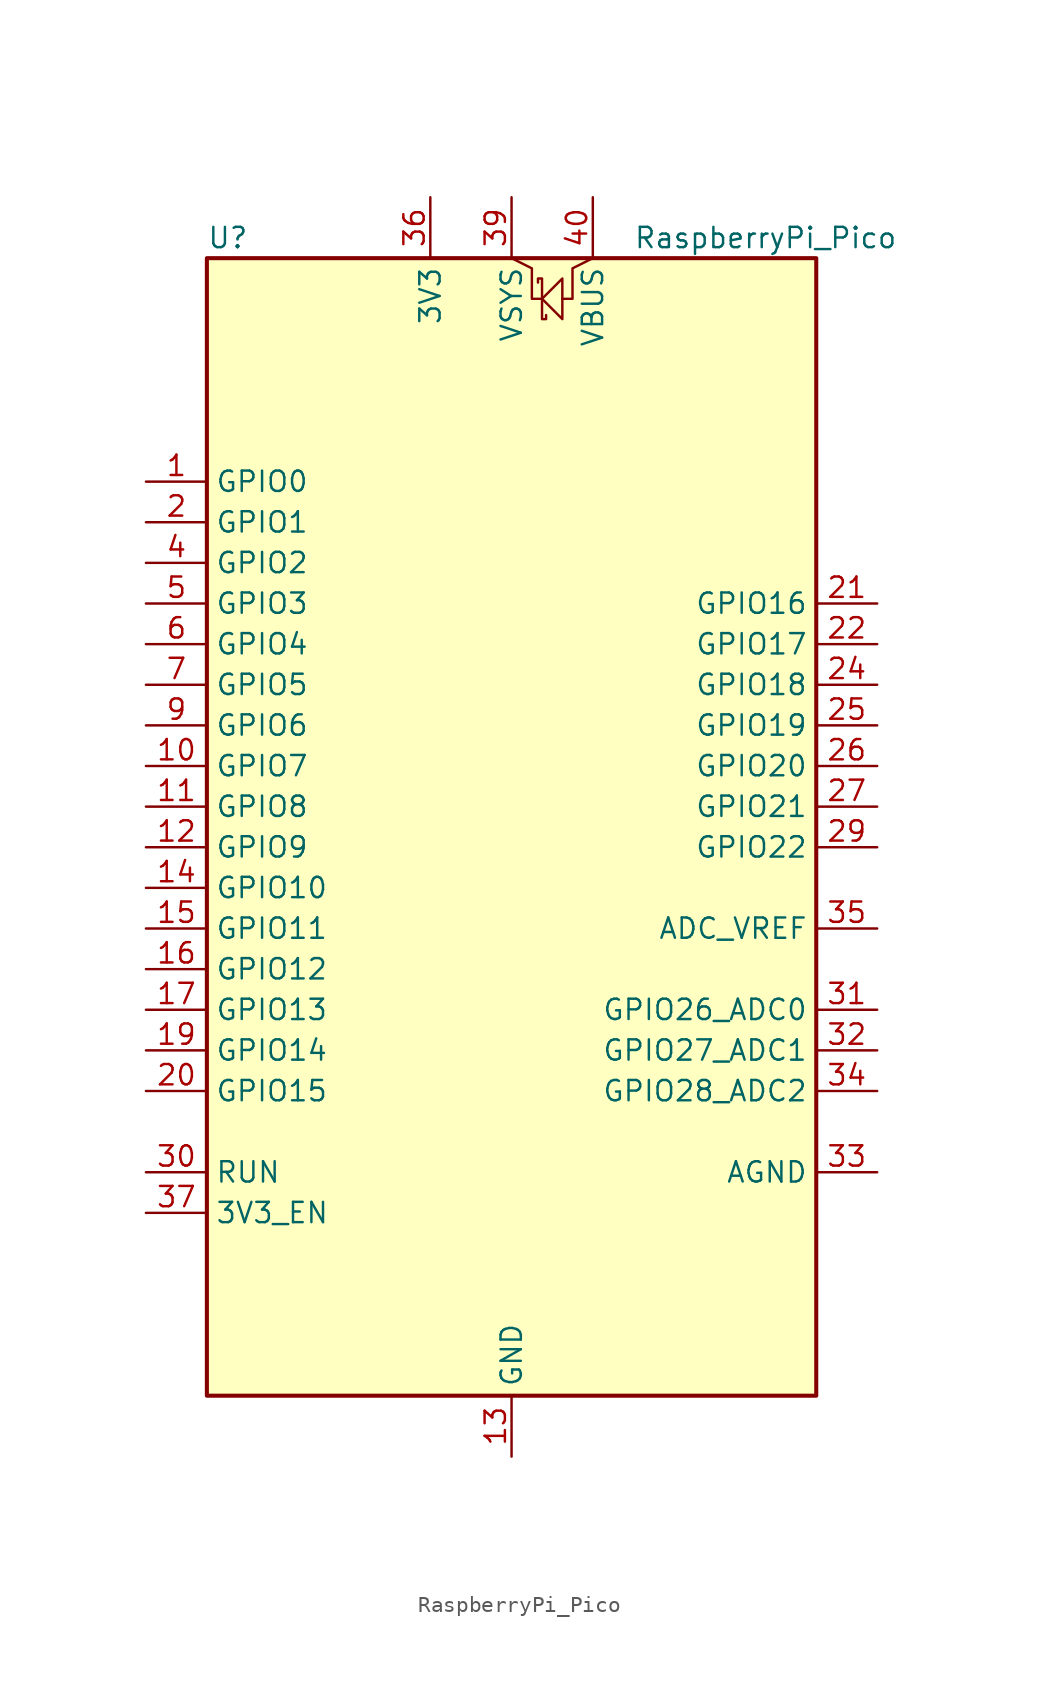
<source format=kicad_sym>
(kicad_symbol_lib
  (version 20220914)
  (generator kicad_symbol_editor)
  (symbol "RaspberryPi_Pico"
    (property "Reference" "U"
      (at -19.05 38.1 0)
      (effects (font (size 1.27 1.27)) (justify left)))
    (property "Value" "RaspberryPi_Pico"
      (at 7.62 38.1 0)
      (effects (font (size 1.27 1.27)) (justify left)))
    (symbol "RaspberryPi_Pico_0_1"
      (rectangle (start -19.05 36.83) (end 19.05 -34.29) (stroke (width 0.254) (type default)) (fill (type background)))
      (polyline (pts (xy 0 36.83) (xy 1.27 36.195) (xy 1.27 34.29) (xy 1.905 34.29)) (stroke (width 0) (type default)) (fill (type none)))
      (polyline (pts (xy 1.905 34.29) (xy 3.175 35.56) (xy 3.175 33.02) (xy 1.905 34.29)) (stroke (width 0) (type default)) (fill (type none)))
      (polyline (pts (xy 5.08 36.83) (xy 3.81 36.195) (xy 3.81 34.29) (xy 3.175 34.29)) (stroke (width 0) (type default)) (fill (type none)))
      (polyline (pts (xy 1.651 35.306) (xy 1.651 35.56) (xy 1.905 35.56) (xy 1.905 33.02) (xy 2.159 33.02) (xy 2.159 33.274)) (stroke (width 0) (type default)) (fill (type none))))
    (symbol "RaspberryPi_Pico_1_1"
      (pin bidirectional line (at -22.86 22.86 0) (length 3.81) (name "GPIO0" (effects (font (size 1.27 1.27)))) (number "1" (effects (font (size 1.27 1.27)))) (alternate "I2C0_SDA" bidirectional line) (alternate "PWM0_A" output line) (alternate "SPI0_RX" input line) (alternate "UART0_TX" output line) (alternate "USB_OVCUR_DET" input line))
      (pin bidirectional line (at -22.86 5.08 0) (length 3.81) (name "GPIO7" (effects (font (size 1.27 1.27)))) (number "10" (effects (font (size 1.27 1.27)))) (alternate "I2C1_SCL" bidirectional clock) (alternate "PWM3_B" bidirectional line) (alternate "SPI0_TX" output line) (alternate "UART1_RTS" output line) (alternate "USB_VBUS_DET" input line))
      (pin bidirectional line (at -22.86 2.54 0) (length 3.81) (name "GPIO8" (effects (font (size 1.27 1.27)))) (number "11" (effects (font (size 1.27 1.27)))) (alternate "I2C0_SDA" bidirectional line) (alternate "PWM4_A" output line) (alternate "SPI1_RX" input line) (alternate "UART1_TX" output line) (alternate "USB_VBUS_EN" output line))
      (pin bidirectional line (at -22.86 0 0) (length 3.81) (name "GPIO9" (effects (font (size 1.27 1.27)))) (number "12" (effects (font (size 1.27 1.27)))) (alternate "I2C0_SCL" bidirectional clock) (alternate "PWM4_B" bidirectional line) (alternate "UART1_RX" input line) (alternate "USB_OVCUR_DET" input line) (alternate "~{SPI1_CSn}" bidirectional line))
      (pin power_out line (at 0 -38.1 90) (length 3.81) (name "GND" (effects (font (size 1.27 1.27)))) (number "13" (effects (font (size 1.27 1.27)))) (alternate "GND_IN" power_in line))
      (pin bidirectional line (at -22.86 -2.54 0) (length 3.81) (name "GPIO10" (effects (font (size 1.27 1.27)))) (number "14" (effects (font (size 1.27 1.27)))) (alternate "I2C1_SDA" bidirectional line) (alternate "PWM5_A" output line) (alternate "SPI1_SCK" bidirectional clock) (alternate "UART1_CTS" input line) (alternate "USB_VBUS_DET" input line))
      (pin bidirectional line (at -22.86 -5.08 0) (length 3.81) (name "GPIO11" (effects (font (size 1.27 1.27)))) (number "15" (effects (font (size 1.27 1.27)))) (alternate "I2C1_SCL" bidirectional clock) (alternate "PWM5_B" bidirectional line) (alternate "SPI1_TX" output line) (alternate "UART1_RTS" output line) (alternate "USB_VBUS_EN" output line))
      (pin bidirectional line (at -22.86 -7.62 0) (length 3.81) (name "GPIO12" (effects (font (size 1.27 1.27)))) (number "16" (effects (font (size 1.27 1.27)))) (alternate "I2C0_SDA" bidirectional line) (alternate "PWM6_A" output line) (alternate "SPI1_RX" input line) (alternate "UART0_TX" output line) (alternate "USB_OVCUR_DET" input line))
      (pin bidirectional line (at -22.86 -10.16 0) (length 3.81) (name "GPIO13" (effects (font (size 1.27 1.27)))) (number "17" (effects (font (size 1.27 1.27)))) (alternate "I2C0_SCL" bidirectional clock) (alternate "PWM6_B" bidirectional line) (alternate "UART0_RX" input line) (alternate "USB_VBUS_DET" input line) (alternate "~{SPI1_CSn}" bidirectional line))
      (pin passive line (at 0 -38.1 90) (length 3.81) hide (name "GND" (effects (font (size 1.27 1.27)))) (number "18" (effects (font (size 1.27 1.27)))))
      (pin bidirectional line (at -22.86 -12.7 0) (length 3.81) (name "GPIO14" (effects (font (size 1.27 1.27)))) (number "19" (effects (font (size 1.27 1.27)))) (alternate "I2C1_SDA" bidirectional line) (alternate "PWM7_A" output line) (alternate "SPI1_SCK" bidirectional clock) (alternate "UART0_CTS" input line) (alternate "USB_VBUS_EN" output line))
      (pin bidirectional line (at -22.86 20.32 0) (length 3.81) (name "GPIO1" (effects (font (size 1.27 1.27)))) (number "2" (effects (font (size 1.27 1.27)))) (alternate "I2C0_SCL" bidirectional clock) (alternate "PWM0_B" bidirectional line) (alternate "UART0_RX" input line) (alternate "USB_VBUS_DET" passive line) (alternate "~{SPI0_CSn}" bidirectional line))
      (pin bidirectional line (at -22.86 -15.24 0) (length 3.81) (name "GPIO15" (effects (font (size 1.27 1.27)))) (number "20" (effects (font (size 1.27 1.27)))) (alternate "I2C1_SCL" bidirectional clock) (alternate "PWM7_B" bidirectional line) (alternate "SPI1_TX" output line) (alternate "UART0_RTS" output line) (alternate "USB_OVCUR_DET" input line))
      (pin bidirectional line (at 22.86 15.24 180) (length 3.81) (name "GPIO16" (effects (font (size 1.27 1.27)))) (number "21" (effects (font (size 1.27 1.27)))) (alternate "I2C0_SDA" bidirectional line) (alternate "PWM0_A" output line) (alternate "SPI0_RX" input line) (alternate "UART0_TX" output line) (alternate "USB_VBUS_DET" input line))
      (pin bidirectional line (at 22.86 12.7 180) (length 3.81) (name "GPIO17" (effects (font (size 1.27 1.27)))) (number "22" (effects (font (size 1.27 1.27)))) (alternate "I2C0_SCL" bidirectional clock) (alternate "PWM0_B" bidirectional line) (alternate "UART0_RX" input line) (alternate "USB_VBUS_EN" output line) (alternate "~{SPI0_CSn}" bidirectional line))
      (pin passive line (at 0 -38.1 90) (length 3.81) hide (name "GND" (effects (font (size 1.27 1.27)))) (number "23" (effects (font (size 1.27 1.27)))))
      (pin bidirectional line (at 22.86 10.16 180) (length 3.81) (name "GPIO18" (effects (font (size 1.27 1.27)))) (number "24" (effects (font (size 1.27 1.27)))) (alternate "I2C1_SDA" bidirectional line) (alternate "PWM1_A" output line) (alternate "SPI0_SCK" bidirectional clock) (alternate "UART0_CTS" input line) (alternate "USB_OVCUR_DET" input line))
      (pin bidirectional line (at 22.86 7.62 180) (length 3.81) (name "GPIO19" (effects (font (size 1.27 1.27)))) (number "25" (effects (font (size 1.27 1.27)))) (alternate "I2C1_SCL" bidirectional clock) (alternate "PWM1_B" bidirectional line) (alternate "SPI0_TX" output line) (alternate "UART0_RTS" output line) (alternate "USB_VBUS_DET" input line))
      (pin bidirectional line (at 22.86 5.08 180) (length 3.81) (name "GPIO20" (effects (font (size 1.27 1.27)))) (number "26" (effects (font (size 1.27 1.27)))) (alternate "CLOCK_GPIN0" input clock) (alternate "I2C0_SDA" bidirectional line) (alternate "PWM2_A" output line) (alternate "SPI0_RX" input line) (alternate "UART1_TX" output line) (alternate "USB_VBUS_EN" output line))
      (pin bidirectional line (at 22.86 2.54 180) (length 3.81) (name "GPIO21" (effects (font (size 1.27 1.27)))) (number "27" (effects (font (size 1.27 1.27)))) (alternate "CLOCK_GPOUT0" output clock) (alternate "I2C0_SCL" bidirectional clock) (alternate "PWM2_B" bidirectional line) (alternate "UART1_RX" input line) (alternate "USB_OVCUR_DET" input line) (alternate "~{SPI0_CSn}" bidirectional line))
      (pin passive line (at 0 -38.1 90) (length 3.81) hide (name "GND" (effects (font (size 1.27 1.27)))) (number "28" (effects (font (size 1.27 1.27)))))
      (pin bidirectional line (at 22.86 0 180) (length 3.81) (name "GPIO22" (effects (font (size 1.27 1.27)))) (number "29" (effects (font (size 1.27 1.27)))) (alternate "CLOCK_GPIN1" input clock) (alternate "I2C1_SDA" bidirectional line) (alternate "PWM3_A" output line) (alternate "SPI0_SCK" bidirectional clock) (alternate "UART1_CTS" input line) (alternate "USB_VBUS_DET" input line))
      (pin passive line (at 0 -38.1 90) (length 3.81) hide (name "GND" (effects (font (size 1.27 1.27)))) (number "3" (effects (font (size 1.27 1.27)))))
      (pin input line (at -22.86 -20.32 0) (length 3.81) (name "RUN" (effects (font (size 1.27 1.27)))) (number "30" (effects (font (size 1.27 1.27)))) (alternate "~{RESET}" input line))
      (pin bidirectional line (at 22.86 -10.16 180) (length 3.81) (name "GPIO26_ADC0" (effects (font (size 1.27 1.27)))) (number "31" (effects (font (size 1.27 1.27)))) (alternate "ADC0" input line) (alternate "GPIO26" bidirectional line) (alternate "I2C1_SDA" bidirectional line) (alternate "PWM5_A" output line) (alternate "SPI1_SCK" bidirectional clock) (alternate "UART1_CTS" input line) (alternate "USB_VBUS_EN" output line))
      (pin bidirectional line (at 22.86 -12.7 180) (length 3.81) (name "GPIO27_ADC1" (effects (font (size 1.27 1.27)))) (number "32" (effects (font (size 1.27 1.27)))) (alternate "ADC1" input line) (alternate "GPIO27" bidirectional line) (alternate "I2C1_SCL" bidirectional clock) (alternate "PWM5_B" bidirectional line) (alternate "SPI1_TX" output line) (alternate "UART1_RTS" output line) (alternate "USB_OVCUR_DET" input line))
      (pin power_in line (at 22.86 -20.32 180) (length 3.81) (name "AGND" (effects (font (size 1.27 1.27)))) (number "33" (effects (font (size 1.27 1.27)))) (alternate "GND" power_in line))
      (pin bidirectional line (at 22.86 -15.24 180) (length 3.81) (name "GPIO28_ADC2" (effects (font (size 1.27 1.27)))) (number "34" (effects (font (size 1.27 1.27)))) (alternate "ADC2" input line) (alternate "GPIO28" bidirectional line) (alternate "I2C0_SDA" bidirectional line) (alternate "PWM6_A" output line) (alternate "SPI1_RX" input line) (alternate "UART0_TX" output line) (alternate "USB_VBUS_DET" input line))
      (pin power_in line (at 22.86 -5.08 180) (length 3.81) (name "ADC_VREF" (effects (font (size 1.27 1.27)))) (number "35" (effects (font (size 1.27 1.27)))))
      (pin power_out line (at -5.08 40.64 270) (length 3.81) (name "3V3" (effects (font (size 1.27 1.27)))) (number "36" (effects (font (size 1.27 1.27)))))
      (pin input line (at -22.86 -22.86 0) (length 3.81) (name "3V3_EN" (effects (font (size 1.27 1.27)))) (number "37" (effects (font (size 1.27 1.27)))) (alternate "~{3V3_DISABLE}" input line))
      (pin passive line (at 0 -38.1 90) (length 3.81) hide (name "GND" (effects (font (size 1.27 1.27)))) (number "38" (effects (font (size 1.27 1.27)))))
      (pin power_in line (at 0 40.64 270) (length 3.81) (name "VSYS" (effects (font (size 1.27 1.27)))) (number "39" (effects (font (size 1.27 1.27)))) (alternate "VSYS_OUT" power_out line))
      (pin bidirectional line (at -22.86 17.78 0) (length 3.81) (name "GPIO2" (effects (font (size 1.27 1.27)))) (number "4" (effects (font (size 1.27 1.27)))) (alternate "I2C1_SDA" bidirectional line) (alternate "PWM1_A" output line) (alternate "SPI0_SCK" bidirectional clock) (alternate "UART0_CTS" input line) (alternate "USB_VBUS_DET" input line))
      (pin power_out line (at 5.08 40.64 270) (length 3.81) (name "VBUS" (effects (font (size 1.27 1.27)))) (number "40" (effects (font (size 1.27 1.27)))) (alternate "VBUS_HOST" power_in line))
      (pin bidirectional line (at -22.86 15.24 0) (length 3.81) (name "GPIO3" (effects (font (size 1.27 1.27)))) (number "5" (effects (font (size 1.27 1.27)))) (alternate "I2C1_SCL" bidirectional clock) (alternate "PWM1_B" bidirectional line) (alternate "SPI0_TX" output line) (alternate "UART0_RTS" output line) (alternate "USB_OVCUR_DET" input line))
      (pin bidirectional line (at -22.86 12.7 0) (length 3.81) (name "GPIO4" (effects (font (size 1.27 1.27)))) (number "6" (effects (font (size 1.27 1.27)))) (alternate "I2C0_SDA" bidirectional line) (alternate "PWM2_A" output line) (alternate "SPI0_RX" input line) (alternate "UART1_TX" output line) (alternate "USB_VBUS_DET" input line))
      (pin bidirectional line (at -22.86 10.16 0) (length 3.81) (name "GPIO5" (effects (font (size 1.27 1.27)))) (number "7" (effects (font (size 1.27 1.27)))) (alternate "I2C0_SCL" bidirectional clock) (alternate "PWM2_B" bidirectional line) (alternate "UART1_RX" input line) (alternate "USB_VBUS_EN" output line) (alternate "~{SPI0_CSn}" bidirectional line))
      (pin passive line (at 0 -38.1 90) (length 3.81) hide (name "GND" (effects (font (size 1.27 1.27)))) (number "8" (effects (font (size 1.27 1.27)))))
      (pin bidirectional line (at -22.86 7.62 0) (length 3.81) (name "GPIO6" (effects (font (size 1.27 1.27)))) (number "9" (effects (font (size 1.27 1.27)))) (alternate "I2C1_SDA" bidirectional line) (alternate "PWM3_A" output line) (alternate "SPI0_SCK" bidirectional clock) (alternate "UART1_CTS" input line) (alternate "USB_OVCUR_DET" input line)))))
</source>
